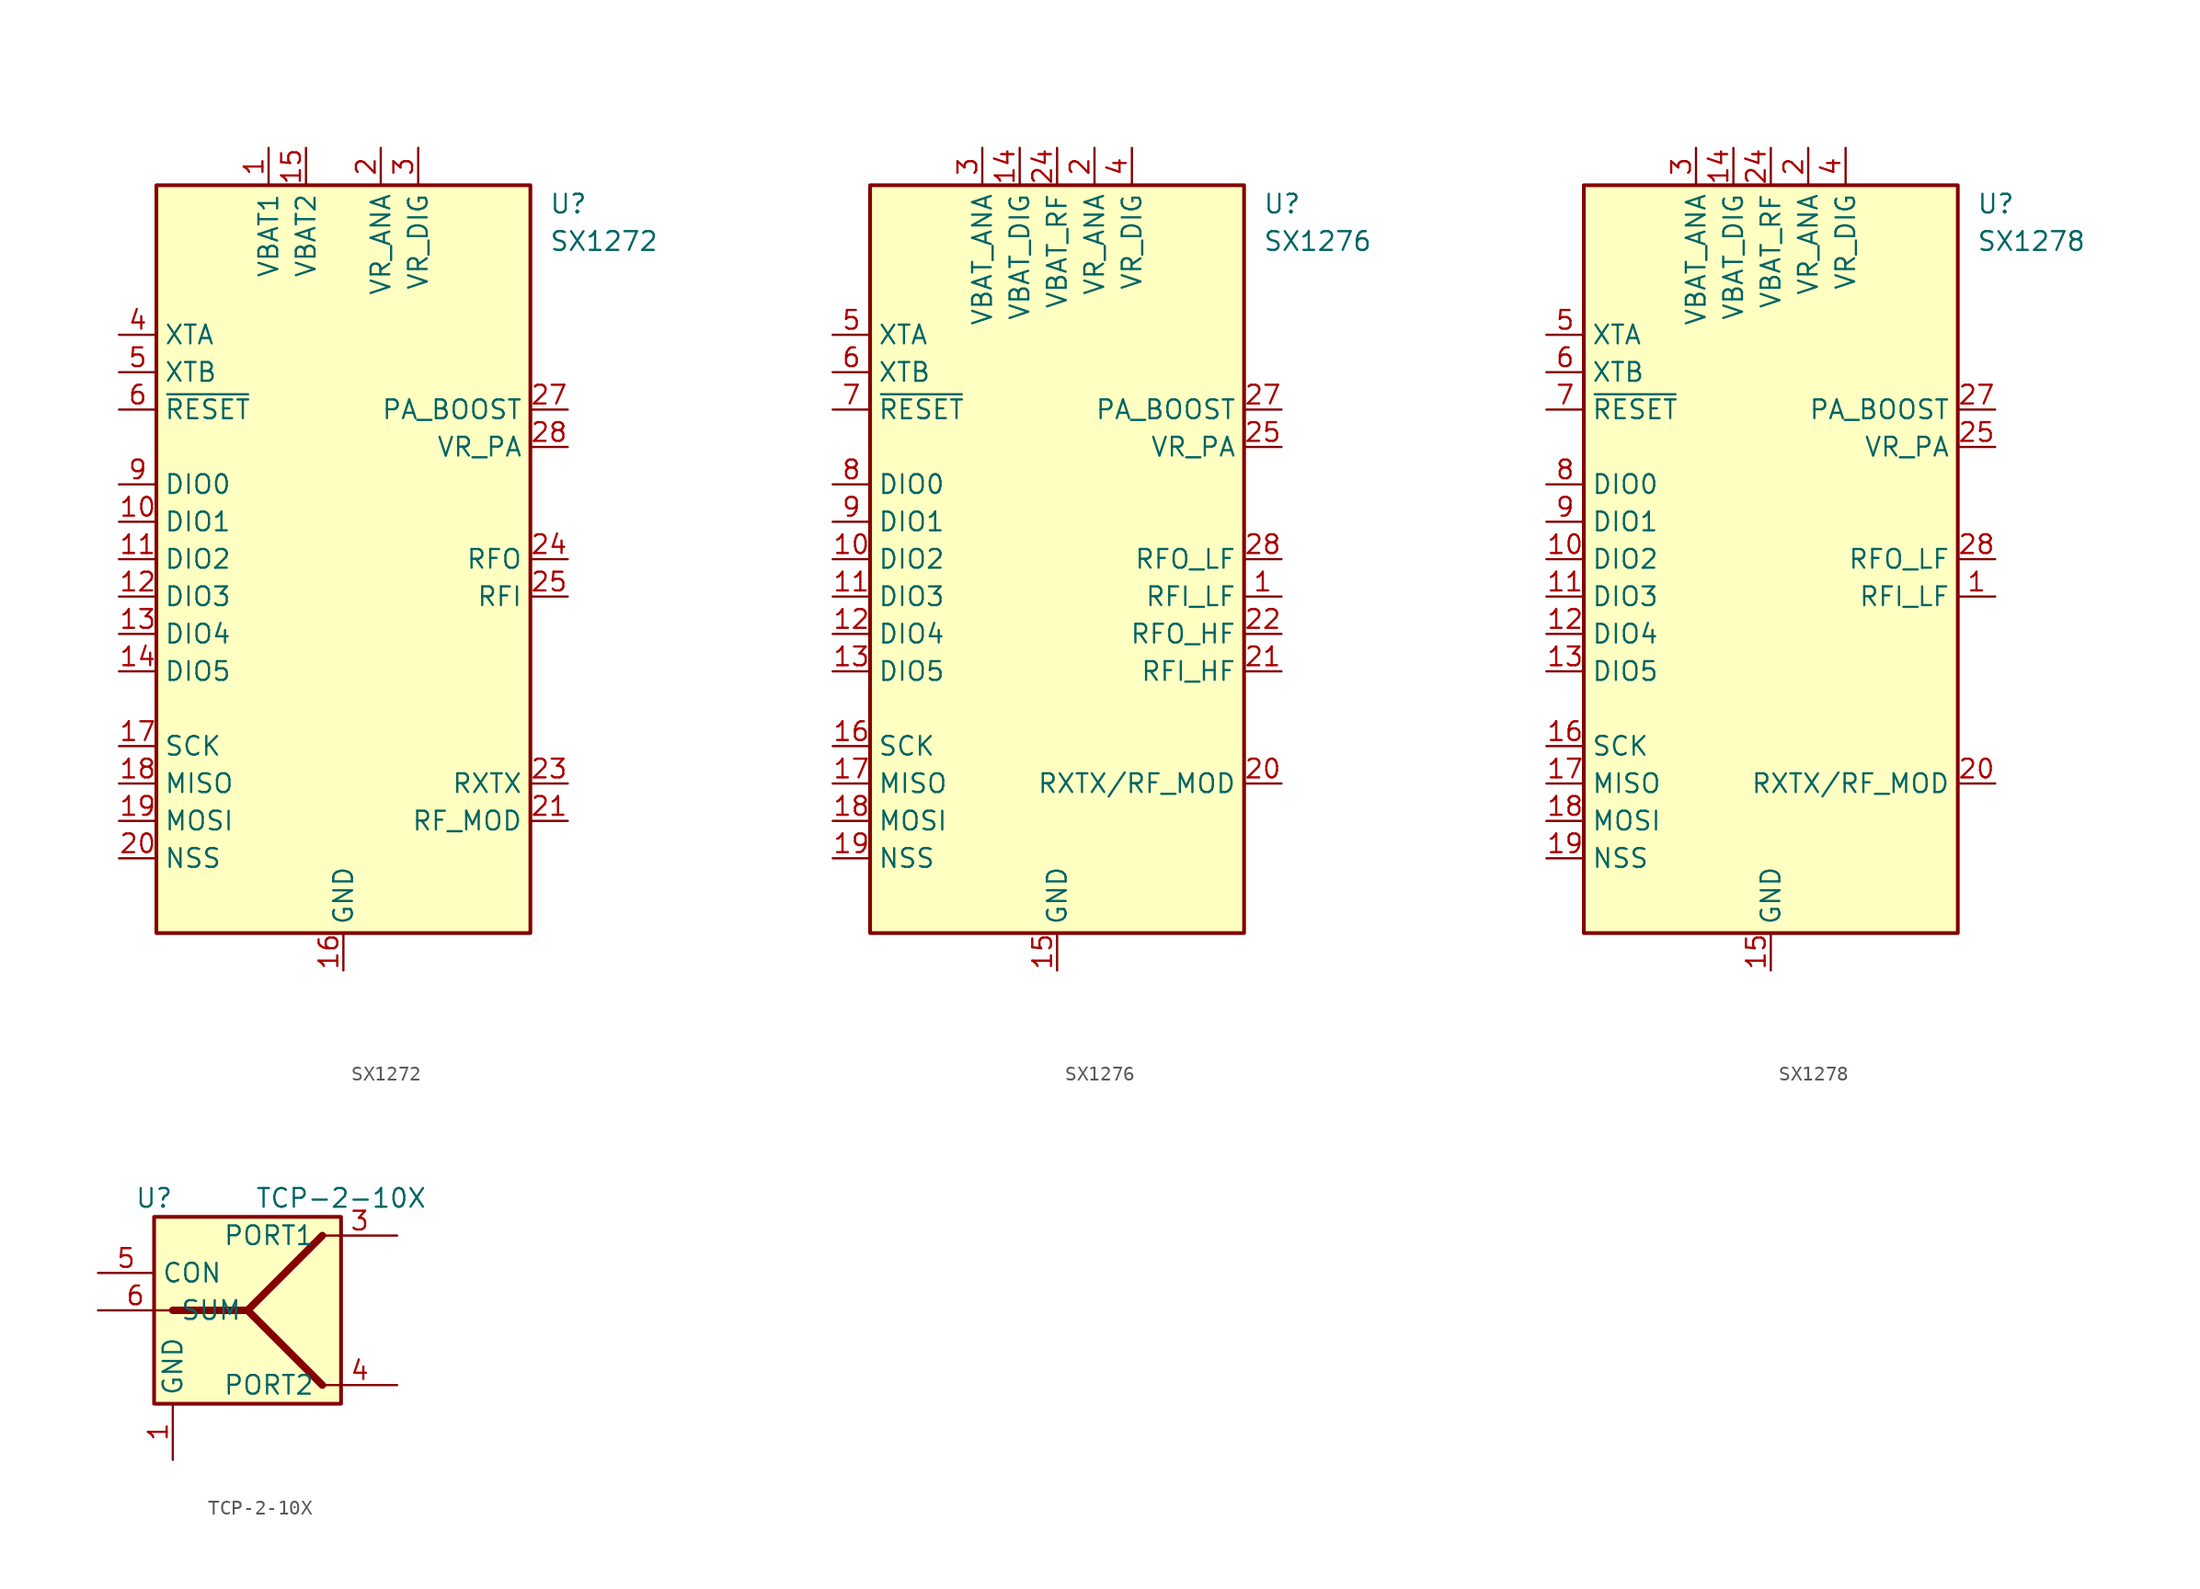
<source format=kicad_sym>
(kicad_symbol_lib
  (version 20201005)
  (generator kicad_symbol_editor)
  (symbol "SX1272"
    (property "Reference" "U"
      (at 13.97 24.13 0)
      (effects (font (size 1.27 1.27)) (justify left)))
    (property "Value" "SX1272"
      (at 13.97 21.59 0)
      (effects (font (size 1.27 1.27)) (justify left)))
    (symbol "SX1272_0_1"
      (rectangle (start -12.7 25.4) (end 12.7 -25.4) (stroke (width 0.254)) (fill (type background))))
    (symbol "SX1272_1_1"
      (pin power_in line (at -5.08 27.94 270) (length 2.54) (name "VBAT1" (effects (font (size 1.27 1.27)))) (number "1" (effects (font (size 1.27 1.27)))))
      (pin bidirectional line (at -15.24 2.54 0) (length 2.54) (name "DIO1" (effects (font (size 1.27 1.27)))) (number "10" (effects (font (size 1.27 1.27)))))
      (pin bidirectional line (at -15.24 0 0) (length 2.54) (name "DIO2" (effects (font (size 1.27 1.27)))) (number "11" (effects (font (size 1.27 1.27)))))
      (pin bidirectional line (at -15.24 -2.54 0) (length 2.54) (name "DIO3" (effects (font (size 1.27 1.27)))) (number "12" (effects (font (size 1.27 1.27)))))
      (pin bidirectional line (at -15.24 -5.08 0) (length 2.54) (name "DIO4" (effects (font (size 1.27 1.27)))) (number "13" (effects (font (size 1.27 1.27)))))
      (pin bidirectional line (at -15.24 -7.62 0) (length 2.54) (name "DIO5" (effects (font (size 1.27 1.27)))) (number "14" (effects (font (size 1.27 1.27)))))
      (pin power_in line (at -2.54 27.94 270) (length 2.54) (name "VBAT2" (effects (font (size 1.27 1.27)))) (number "15" (effects (font (size 1.27 1.27)))))
      (pin power_in line (at 0 -27.94 90) (length 2.54) (name "GND" (effects (font (size 1.27 1.27)))) (number "16" (effects (font (size 1.27 1.27)))))
      (pin input line (at -15.24 -12.7 0) (length 2.54) (name "SCK" (effects (font (size 1.27 1.27)))) (number "17" (effects (font (size 1.27 1.27)))))
      (pin output line (at -15.24 -15.24 0) (length 2.54) (name "MISO" (effects (font (size 1.27 1.27)))) (number "18" (effects (font (size 1.27 1.27)))))
      (pin input line (at -15.24 -17.78 0) (length 2.54) (name "MOSI" (effects (font (size 1.27 1.27)))) (number "19" (effects (font (size 1.27 1.27)))))
      (pin power_in line (at 2.54 27.94 270) (length 2.54) (name "VR_ANA" (effects (font (size 1.27 1.27)))) (number "2" (effects (font (size 1.27 1.27)))))
      (pin input line (at -15.24 -20.32 0) (length 2.54) (name "NSS" (effects (font (size 1.27 1.27)))) (number "20" (effects (font (size 1.27 1.27)))))
      (pin output line (at 15.24 -17.78 180) (length 2.54) (name "RF_MOD" (effects (font (size 1.27 1.27)))) (number "21" (effects (font (size 1.27 1.27)))))
      (pin passive line (at 0 -27.94 90) (length 2.54) hide (name "GND" (effects (font (size 1.27 1.27)))) (number "22" (effects (font (size 1.27 1.27)))))
      (pin output line (at 15.24 -15.24 180) (length 2.54) (name "RXTX" (effects (font (size 1.27 1.27)))) (number "23" (effects (font (size 1.27 1.27)))))
      (pin output line (at 15.24 0 180) (length 2.54) (name "RFO" (effects (font (size 1.27 1.27)))) (number "24" (effects (font (size 1.27 1.27)))))
      (pin input line (at 15.24 -2.54 180) (length 2.54) (name "RFI" (effects (font (size 1.27 1.27)))) (number "25" (effects (font (size 1.27 1.27)))))
      (pin passive line (at 0 -27.94 90) (length 2.54) hide (name "GND" (effects (font (size 1.27 1.27)))) (number "26" (effects (font (size 1.27 1.27)))))
      (pin power_out line (at 15.24 10.16 180) (length 2.54) (name "PA_BOOST" (effects (font (size 1.27 1.27)))) (number "27" (effects (font (size 1.27 1.27)))))
      (pin power_out line (at 15.24 7.62 180) (length 2.54) (name "VR_PA" (effects (font (size 1.27 1.27)))) (number "28" (effects (font (size 1.27 1.27)))))
      (pin passive line (at 0 -27.94 90) (length 2.54) hide (name "GND" (effects (font (size 1.27 1.27)))) (number "29" (effects (font (size 1.27 1.27)))))
      (pin power_in line (at 5.08 27.94 270) (length 2.54) (name "VR_DIG" (effects (font (size 1.27 1.27)))) (number "3" (effects (font (size 1.27 1.27)))))
      (pin bidirectional line (at -15.24 15.24 0) (length 2.54) (name "XTA" (effects (font (size 1.27 1.27)))) (number "4" (effects (font (size 1.27 1.27)))))
      (pin bidirectional line (at -15.24 12.7 0) (length 2.54) (name "XTB" (effects (font (size 1.27 1.27)))) (number "5" (effects (font (size 1.27 1.27)))))
      (pin input line (at -15.24 10.16 0) (length 2.54) (name "~RESET" (effects (font (size 1.27 1.27)))) (number "6" (effects (font (size 1.27 1.27)))))
      (pin no_connect line (at 12.7 -7.62 180) (length 2.54) hide (name "NC" (effects (font (size 1.27 1.27)))) (number "7" (effects (font (size 1.27 1.27)))))
      (pin no_connect line (at 12.7 -5.08 180) (length 2.54) hide (name "NC" (effects (font (size 1.27 1.27)))) (number "8" (effects (font (size 1.27 1.27)))))
      (pin bidirectional line (at -15.24 5.08 0) (length 2.54) (name "DIO0" (effects (font (size 1.27 1.27)))) (number "9" (effects (font (size 1.27 1.27)))))))
  (symbol "SX1276"
    (property "Reference" "U"
      (at 13.97 24.13 0)
      (effects (font (size 1.27 1.27)) (justify left)))
    (property "Value" "SX1276"
      (at 13.97 21.59 0)
      (effects (font (size 1.27 1.27)) (justify left)))
    (symbol "SX1276_0_1"
      (rectangle (start -12.7 25.4) (end 12.7 -25.4) (stroke (width 0.254)) (fill (type background))))
    (symbol "SX1276_1_1"
      (pin input line (at 15.24 -2.54 180) (length 2.54) (name "RFI_LF" (effects (font (size 1.27 1.27)))) (number "1" (effects (font (size 1.27 1.27)))))
      (pin bidirectional line (at -15.24 0 0) (length 2.54) (name "DIO2" (effects (font (size 1.27 1.27)))) (number "10" (effects (font (size 1.27 1.27)))))
      (pin bidirectional line (at -15.24 -2.54 0) (length 2.54) (name "DIO3" (effects (font (size 1.27 1.27)))) (number "11" (effects (font (size 1.27 1.27)))))
      (pin bidirectional line (at -15.24 -5.08 0) (length 2.54) (name "DIO4" (effects (font (size 1.27 1.27)))) (number "12" (effects (font (size 1.27 1.27)))))
      (pin bidirectional line (at -15.24 -7.62 0) (length 2.54) (name "DIO5" (effects (font (size 1.27 1.27)))) (number "13" (effects (font (size 1.27 1.27)))))
      (pin power_in line (at -2.54 27.94 270) (length 2.54) (name "VBAT_DIG" (effects (font (size 1.27 1.27)))) (number "14" (effects (font (size 1.27 1.27)))))
      (pin power_in line (at 0 -27.94 90) (length 2.54) (name "GND" (effects (font (size 1.27 1.27)))) (number "15" (effects (font (size 1.27 1.27)))))
      (pin input line (at -15.24 -12.7 0) (length 2.54) (name "SCK" (effects (font (size 1.27 1.27)))) (number "16" (effects (font (size 1.27 1.27)))))
      (pin output line (at -15.24 -15.24 0) (length 2.54) (name "MISO" (effects (font (size 1.27 1.27)))) (number "17" (effects (font (size 1.27 1.27)))))
      (pin input line (at -15.24 -17.78 0) (length 2.54) (name "MOSI" (effects (font (size 1.27 1.27)))) (number "18" (effects (font (size 1.27 1.27)))))
      (pin input line (at -15.24 -20.32 0) (length 2.54) (name "NSS" (effects (font (size 1.27 1.27)))) (number "19" (effects (font (size 1.27 1.27)))))
      (pin power_in line (at 2.54 27.94 270) (length 2.54) (name "VR_ANA" (effects (font (size 1.27 1.27)))) (number "2" (effects (font (size 1.27 1.27)))))
      (pin output line (at 15.24 -15.24 180) (length 2.54) (name "RXTX/RF_MOD" (effects (font (size 1.27 1.27)))) (number "20" (effects (font (size 1.27 1.27)))))
      (pin input line (at 15.24 -7.62 180) (length 2.54) (name "RFI_HF" (effects (font (size 1.27 1.27)))) (number "21" (effects (font (size 1.27 1.27)))))
      (pin output line (at 15.24 -5.08 180) (length 2.54) (name "RFO_HF" (effects (font (size 1.27 1.27)))) (number "22" (effects (font (size 1.27 1.27)))))
      (pin passive line (at 0 -27.94 90) (length 2.54) hide (name "GND" (effects (font (size 1.27 1.27)))) (number "23" (effects (font (size 1.27 1.27)))))
      (pin power_in line (at 0 27.94 270) (length 2.54) (name "VBAT_RF" (effects (font (size 1.27 1.27)))) (number "24" (effects (font (size 1.27 1.27)))))
      (pin power_out line (at 15.24 7.62 180) (length 2.54) (name "VR_PA" (effects (font (size 1.27 1.27)))) (number "25" (effects (font (size 1.27 1.27)))))
      (pin passive line (at 0 -27.94 90) (length 2.54) hide (name "GND" (effects (font (size 1.27 1.27)))) (number "26" (effects (font (size 1.27 1.27)))))
      (pin power_out line (at 15.24 10.16 180) (length 2.54) (name "PA_BOOST" (effects (font (size 1.27 1.27)))) (number "27" (effects (font (size 1.27 1.27)))))
      (pin output line (at 15.24 0 180) (length 2.54) (name "RFO_LF" (effects (font (size 1.27 1.27)))) (number "28" (effects (font (size 1.27 1.27)))))
      (pin passive line (at 0 -27.94 90) (length 2.54) hide (name "GND" (effects (font (size 1.27 1.27)))) (number "29" (effects (font (size 1.27 1.27)))))
      (pin power_in line (at -5.08 27.94 270) (length 2.54) (name "VBAT_ANA" (effects (font (size 1.27 1.27)))) (number "3" (effects (font (size 1.27 1.27)))))
      (pin power_in line (at 5.08 27.94 270) (length 2.54) (name "VR_DIG" (effects (font (size 1.27 1.27)))) (number "4" (effects (font (size 1.27 1.27)))))
      (pin bidirectional line (at -15.24 15.24 0) (length 2.54) (name "XTA" (effects (font (size 1.27 1.27)))) (number "5" (effects (font (size 1.27 1.27)))))
      (pin bidirectional line (at -15.24 12.7 0) (length 2.54) (name "XTB" (effects (font (size 1.27 1.27)))) (number "6" (effects (font (size 1.27 1.27)))))
      (pin input line (at -15.24 10.16 0) (length 2.54) (name "~RESET" (effects (font (size 1.27 1.27)))) (number "7" (effects (font (size 1.27 1.27)))))
      (pin bidirectional line (at -15.24 5.08 0) (length 2.54) (name "DIO0" (effects (font (size 1.27 1.27)))) (number "8" (effects (font (size 1.27 1.27)))))
      (pin bidirectional line (at -15.24 2.54 0) (length 2.54) (name "DIO1" (effects (font (size 1.27 1.27)))) (number "9" (effects (font (size 1.27 1.27)))))))
  (symbol "SX1278"
    (property "Reference" "U"
      (at 13.97 24.13 0)
      (effects (font (size 1.27 1.27)) (justify left)))
    (property "Value" "SX1278"
      (at 13.97 21.59 0)
      (effects (font (size 1.27 1.27)) (justify left)))
    (symbol "SX1278_0_1"
      (rectangle (start -12.7 25.4) (end 12.7 -25.4) (stroke (width 0.254)) (fill (type background))))
    (symbol "SX1278_1_1"
      (pin input line (at 15.24 -2.54 180) (length 2.54) (name "RFI_LF" (effects (font (size 1.27 1.27)))) (number "1" (effects (font (size 1.27 1.27)))))
      (pin bidirectional line (at -15.24 0 0) (length 2.54) (name "DIO2" (effects (font (size 1.27 1.27)))) (number "10" (effects (font (size 1.27 1.27)))))
      (pin bidirectional line (at -15.24 -2.54 0) (length 2.54) (name "DIO3" (effects (font (size 1.27 1.27)))) (number "11" (effects (font (size 1.27 1.27)))))
      (pin bidirectional line (at -15.24 -5.08 0) (length 2.54) (name "DIO4" (effects (font (size 1.27 1.27)))) (number "12" (effects (font (size 1.27 1.27)))))
      (pin bidirectional line (at -15.24 -7.62 0) (length 2.54) (name "DIO5" (effects (font (size 1.27 1.27)))) (number "13" (effects (font (size 1.27 1.27)))))
      (pin power_in line (at -2.54 27.94 270) (length 2.54) (name "VBAT_DIG" (effects (font (size 1.27 1.27)))) (number "14" (effects (font (size 1.27 1.27)))))
      (pin power_in line (at 0 -27.94 90) (length 2.54) (name "GND" (effects (font (size 1.27 1.27)))) (number "15" (effects (font (size 1.27 1.27)))))
      (pin input line (at -15.24 -12.7 0) (length 2.54) (name "SCK" (effects (font (size 1.27 1.27)))) (number "16" (effects (font (size 1.27 1.27)))))
      (pin output line (at -15.24 -15.24 0) (length 2.54) (name "MISO" (effects (font (size 1.27 1.27)))) (number "17" (effects (font (size 1.27 1.27)))))
      (pin input line (at -15.24 -17.78 0) (length 2.54) (name "MOSI" (effects (font (size 1.27 1.27)))) (number "18" (effects (font (size 1.27 1.27)))))
      (pin input line (at -15.24 -20.32 0) (length 2.54) (name "NSS" (effects (font (size 1.27 1.27)))) (number "19" (effects (font (size 1.27 1.27)))))
      (pin power_in line (at 2.54 27.94 270) (length 2.54) (name "VR_ANA" (effects (font (size 1.27 1.27)))) (number "2" (effects (font (size 1.27 1.27)))))
      (pin output line (at 15.24 -15.24 180) (length 2.54) (name "RXTX/RF_MOD" (effects (font (size 1.27 1.27)))) (number "20" (effects (font (size 1.27 1.27)))))
      (pin passive line (at 0 -27.94 90) (length 2.54) hide (name "GND" (effects (font (size 1.27 1.27)))) (number "21" (effects (font (size 1.27 1.27)))))
      (pin passive line (at 0 -27.94 90) (length 2.54) hide (name "GND" (effects (font (size 1.27 1.27)))) (number "22" (effects (font (size 1.27 1.27)))))
      (pin passive line (at 0 -27.94 90) (length 2.54) hide (name "GND" (effects (font (size 1.27 1.27)))) (number "23" (effects (font (size 1.27 1.27)))))
      (pin power_in line (at 0 27.94 270) (length 2.54) (name "VBAT_RF" (effects (font (size 1.27 1.27)))) (number "24" (effects (font (size 1.27 1.27)))))
      (pin power_out line (at 15.24 7.62 180) (length 2.54) (name "VR_PA" (effects (font (size 1.27 1.27)))) (number "25" (effects (font (size 1.27 1.27)))))
      (pin passive line (at 0 -27.94 90) (length 2.54) hide (name "GND" (effects (font (size 1.27 1.27)))) (number "26" (effects (font (size 1.27 1.27)))))
      (pin power_out line (at 15.24 10.16 180) (length 2.54) (name "PA_BOOST" (effects (font (size 1.27 1.27)))) (number "27" (effects (font (size 1.27 1.27)))))
      (pin output line (at 15.24 0 180) (length 2.54) (name "RFO_LF" (effects (font (size 1.27 1.27)))) (number "28" (effects (font (size 1.27 1.27)))))
      (pin passive line (at 0 -27.94 90) (length 2.54) hide (name "GND" (effects (font (size 1.27 1.27)))) (number "29" (effects (font (size 1.27 1.27)))))
      (pin power_in line (at -5.08 27.94 270) (length 2.54) (name "VBAT_ANA" (effects (font (size 1.27 1.27)))) (number "3" (effects (font (size 1.27 1.27)))))
      (pin power_in line (at 5.08 27.94 270) (length 2.54) (name "VR_DIG" (effects (font (size 1.27 1.27)))) (number "4" (effects (font (size 1.27 1.27)))))
      (pin bidirectional line (at -15.24 15.24 0) (length 2.54) (name "XTA" (effects (font (size 1.27 1.27)))) (number "5" (effects (font (size 1.27 1.27)))))
      (pin bidirectional line (at -15.24 12.7 0) (length 2.54) (name "XTB" (effects (font (size 1.27 1.27)))) (number "6" (effects (font (size 1.27 1.27)))))
      (pin input line (at -15.24 10.16 0) (length 2.54) (name "~RESET" (effects (font (size 1.27 1.27)))) (number "7" (effects (font (size 1.27 1.27)))))
      (pin bidirectional line (at -15.24 5.08 0) (length 2.54) (name "DIO0" (effects (font (size 1.27 1.27)))) (number "8" (effects (font (size 1.27 1.27)))))
      (pin bidirectional line (at -15.24 2.54 0) (length 2.54) (name "DIO1" (effects (font (size 1.27 1.27)))) (number "9" (effects (font (size 1.27 1.27)))))))
  (symbol "TCP-2-10X"
    (property "Reference" "U"
      (at -6.35 7.62 0)
      (effects (font (size 1.27 1.27))))
    (property "Value" "TCP-2-10X"
      (at 6.35 7.62 0)
      (effects (font (size 1.27 1.27))))
    (symbol "TCP-2-10X_0_1"
      (rectangle (start -6.35 6.35) (end 6.35 -6.35) (stroke (width 0.254)) (fill (type background)))
      (polyline (pts (xy 0 0) (xy 5.08 -5.08)) (stroke (width 0.508)) (fill (type none)))
      (polyline (pts (xy -5.08 0) (xy 0 0) (xy 5.08 5.08)) (stroke (width 0.508)) (fill (type none))))
    (symbol "TCP-2-10X_1_1"
      (pin passive line (at -5.08 -10.16 90) (length 3.81) (name "GND" (effects (font (size 1.27 1.27)))) (number "1" (effects (font (size 1.27 1.27)))))
      (pin passive line (at -10.16 2.54 0) (length 3.81) hide (name "CON" (effects (font (size 1.27 1.27)))) (number "2" (effects (font (size 1.27 1.27)))))
      (pin passive line (at 10.16 5.08 180) (length 5.08) (name "PORT1" (effects (font (size 1.27 1.27)))) (number "3" (effects (font (size 1.27 1.27)))))
      (pin passive line (at 10.16 -5.08 180) (length 5.08) (name "PORT2" (effects (font (size 1.27 1.27)))) (number "4" (effects (font (size 1.27 1.27)))))
      (pin passive line (at -10.16 2.54 0) (length 3.81) (name "CON" (effects (font (size 1.27 1.27)))) (number "5" (effects (font (size 1.27 1.27)))))
      (pin passive line (at -10.16 0 0) (length 5.08) (name "SUM" (effects (font (size 1.27 1.27)))) (number "6" (effects (font (size 1.27 1.27))))))))
</source>
